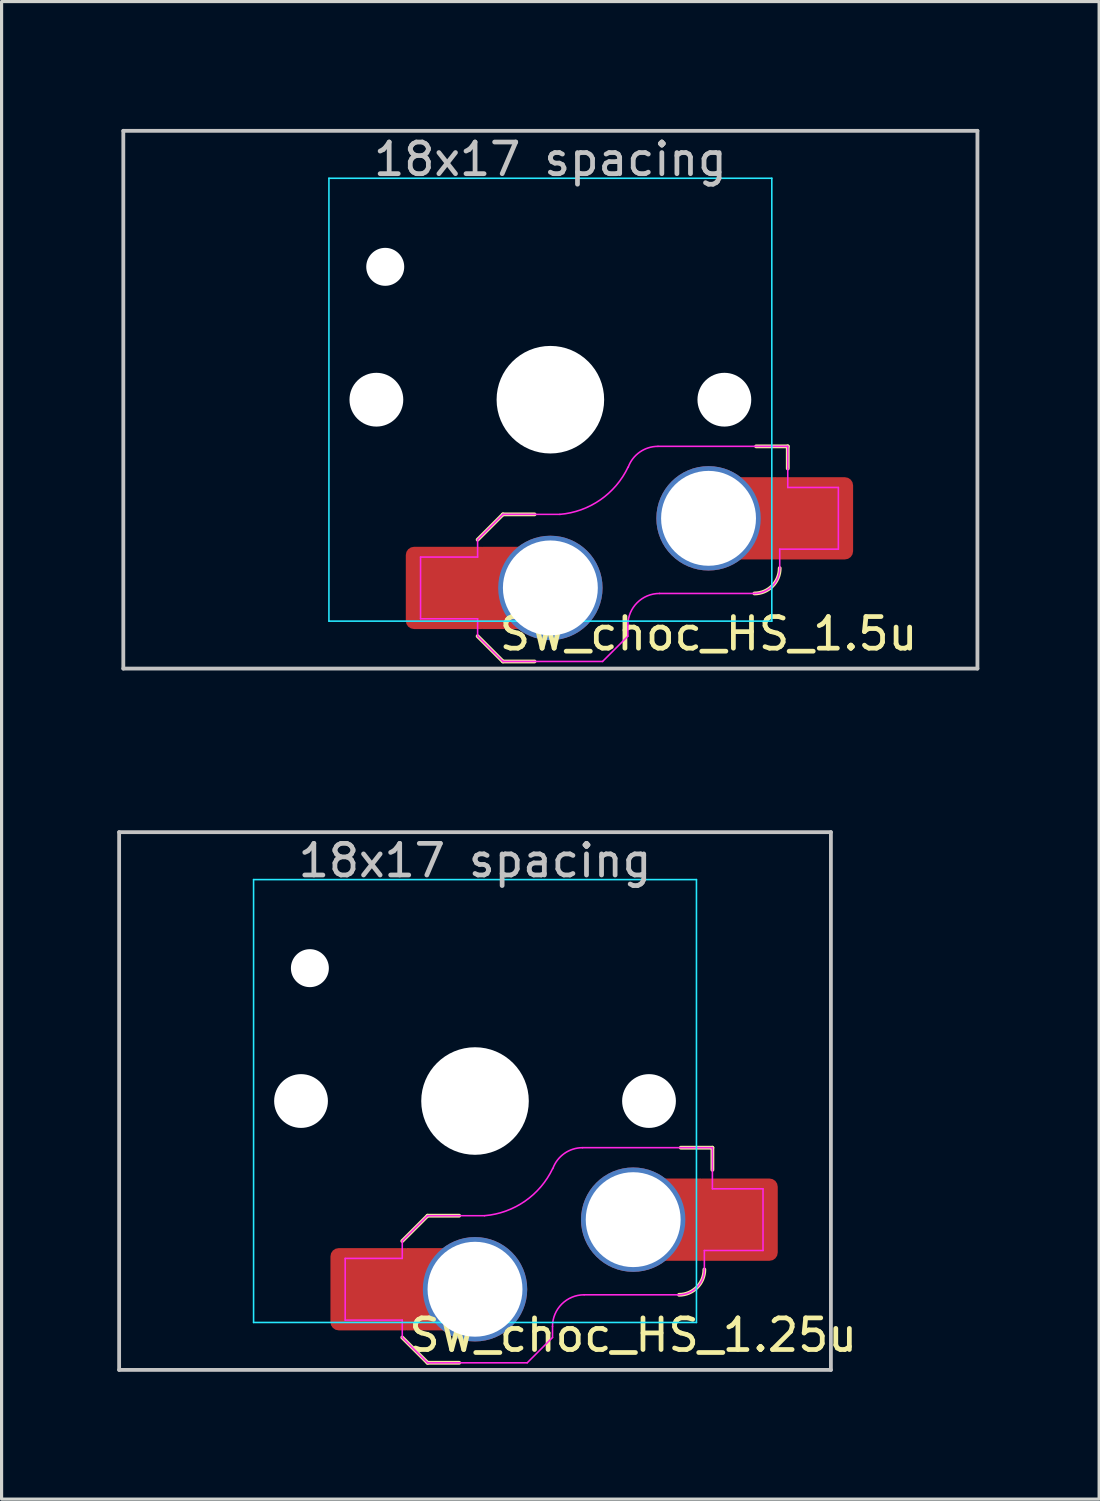
<source format=kicad_pcb>
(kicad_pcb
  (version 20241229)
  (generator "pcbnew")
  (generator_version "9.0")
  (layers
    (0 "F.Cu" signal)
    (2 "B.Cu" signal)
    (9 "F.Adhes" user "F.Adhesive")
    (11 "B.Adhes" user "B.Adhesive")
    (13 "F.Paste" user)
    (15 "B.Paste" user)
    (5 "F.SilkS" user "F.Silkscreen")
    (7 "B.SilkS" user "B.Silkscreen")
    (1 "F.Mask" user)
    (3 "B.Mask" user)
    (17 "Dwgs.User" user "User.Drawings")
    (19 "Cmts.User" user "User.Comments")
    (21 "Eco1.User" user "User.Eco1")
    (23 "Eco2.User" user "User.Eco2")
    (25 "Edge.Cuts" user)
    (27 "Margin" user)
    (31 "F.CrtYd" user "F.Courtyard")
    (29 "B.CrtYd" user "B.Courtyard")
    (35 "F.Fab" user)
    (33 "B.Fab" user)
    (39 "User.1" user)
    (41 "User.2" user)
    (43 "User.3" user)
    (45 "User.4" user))
  (footprint "SW_choc_HS_1.25u"
    (layer "F.Cu")
    (at 11.966 31.755)
    (property "Reference" "SW_choc_HS_1.25u" (at 5 7.4 180) (layer "F.SilkS") (effects (font (size 1 1) (thickness 0.15))))
    (attr smd)
    (fp_line (start -2.3 7.475) (end -1.5 8.275) (stroke (width 0.12) (type solid)) (layer "F.SilkS"))
    (fp_line (start -1.5 3.625) (end -2.3 4.425) (stroke (width 0.12) (type solid)) (layer "F.SilkS"))
    (fp_line (start -1.5 3.625) (end -0.5 3.625) (stroke (width 0.12) (type solid)) (layer "F.SilkS"))
    (fp_line (start -1.5 8.275) (end -0.5 8.275) (stroke (width 0.12) (type solid)) (layer "F.SilkS"))
    (fp_line (start 7.504 1.475) (end 6.504 1.475) (stroke (width 0.12) (type solid)) (layer "F.SilkS"))
    (fp_line (start 7.504 1.475) (end 7.504 2.175) (stroke (width 0.12) (type solid)) (layer "F.SilkS"))
    (fp_arc (start 7.25 5.325) (mid 7.015685 5.890685) (end 6.45 6.125) (stroke (width 0.12) (type solid)) (layer "F.SilkS"))
    (fp_line (start -11.25 -8.5) (end -11.25 8.5) (stroke (width 0.12) (type solid)) (layer "Dwgs.User"))
    (fp_line (start -11.25 8.5) (end 11.25 8.5) (stroke (width 0.12) (type solid)) (layer "Dwgs.User"))
    (fp_line (start 11.25 -8.5) (end -11.25 -8.5) (stroke (width 0.12) (type solid)) (layer "Dwgs.User"))
    (fp_line (start 11.25 8.5) (end 11.25 -8.5) (stroke (width 0.12) (type solid)) (layer "Dwgs.User"))
    (fp_line (start -11.906 -9.525) (end 11.906 -9.525) (stroke (width 0.12) (type solid)) (layer "Eco1.User"))
    (fp_line (start -11.906 9.525) (end -11.906 -9.525) (stroke (width 0.12) (type solid)) (layer "Eco1.User"))
    (fp_line (start 11.906 -9.525) (end 11.906 9.525) (stroke (width 0.12) (type solid)) (layer "Eco1.User"))
    (fp_line (start 11.906 9.525) (end -11.906 9.525) (stroke (width 0.12) (type solid)) (layer "Eco1.User"))
    (fp_line (start -6.95 -6.45) (end -6.95 6.45) (stroke (width 0.05) (type solid)) (layer "Eco2.User"))
    (fp_line (start -6.45 6.95) (end 6.45 6.95) (stroke (width 0.05) (type solid)) (layer "Eco2.User"))
    (fp_line (start 6.45 -6.95) (end -6.45 -6.95) (stroke (width 0.05) (type solid)) (layer "Eco2.User"))
    (fp_line (start 6.95 6.45) (end 6.95 -6.45) (stroke (width 0.05) (type solid)) (layer "Eco2.User"))
    (fp_arc (start -6.95 -6.45) (mid -6.803553 -6.803553) (end -6.45 -6.95) (stroke (width 0.05) (type solid)) (layer "Eco2.User"))
    (fp_arc (start -6.45 6.95) (mid -6.803553 6.803553) (end -6.95 6.45) (stroke (width 0.05) (type solid)) (layer "Eco2.User"))
    (fp_arc (start 6.45 -6.95) (mid 6.803553 -6.803553) (end 6.95 -6.45) (stroke (width 0.05) (type solid)) (layer "Eco2.User"))
    (fp_arc (start 6.95 6.45) (mid 6.803553 6.803553) (end 6.45 6.95) (stroke (width 0.05) (type solid)) (layer "Eco2.User"))
    (fp_line (start -7 -7) (end -7 7) (stroke (width 0.05) (type solid)) (layer "B.CrtYd"))
    (fp_line (start -7 7) (end 7 7) (stroke (width 0.05) (type solid)) (layer "B.CrtYd"))
    (fp_line (start 7 -7) (end -7 -7) (stroke (width 0.05) (type solid)) (layer "B.CrtYd"))
    (fp_line (start 7 7) (end 7 -7) (stroke (width 0.05) (type solid)) (layer "B.CrtYd"))
    (fp_line (start -4.104 4.975) (end -4.104 6.925) (stroke (width 0.05) (type solid)) (layer "F.CrtYd"))
    (fp_line (start -4.104 4.975) (end -2.3 4.975) (stroke (width 0.05) (type solid)) (layer "F.CrtYd"))
    (fp_line (start -4.104 6.925) (end -2.3 6.925) (stroke (width 0.05) (type solid)) (layer "F.CrtYd"))
    (fp_line (start -2.3 4.975) (end -2.3 4.425) (stroke (width 0.05) (type solid)) (layer "F.CrtYd"))
    (fp_line (start -2.3 7.475) (end -2.3 6.925) (stroke (width 0.05) (type solid)) (layer "F.CrtYd"))
    (fp_line (start -2.3 7.475) (end -1.5 8.275) (stroke (width 0.05) (type solid)) (layer "F.CrtYd"))
    (fp_line (start -1.5 3.625) (end -2.3 4.425) (stroke (width 0.05) (type solid)) (layer "F.CrtYd"))
    (fp_line (start -1.5 3.625) (end 0.3 3.625) (stroke (width 0.05) (type solid)) (layer "F.CrtYd"))
    (fp_line (start -1.5 8.275) (end 1.65 8.275) (stroke (width 0.05) (type solid)) (layer "F.CrtYd"))
    (fp_line (start 2.45 7.475) (end 1.65 8.275) (stroke (width 0.05) (type solid)) (layer "F.CrtYd"))
    (fp_line (start 2.45 7.475) (end 2.45 7.125) (stroke (width 0.05) (type solid)) (layer "F.CrtYd"))
    (fp_line (start 3.45 6.125) (end 6.45 6.125) (stroke (width 0.05) (type solid)) (layer "F.CrtYd"))
    (fp_line (start 7.25 4.725) (end 9.104 4.725) (stroke (width 0.05) (type solid)) (layer "F.CrtYd"))
    (fp_line (start 7.25 5.325) (end 7.25 4.725) (stroke (width 0.05) (type solid)) (layer "F.CrtYd"))
    (fp_line (start 7.504 1.475) (end 3.4 1.475) (stroke (width 0.05) (type solid)) (layer "F.CrtYd"))
    (fp_line (start 7.504 1.475) (end 7.504 2.175) (stroke (width 0.05) (type solid)) (layer "F.CrtYd"))
    (fp_line (start 7.504 2.175) (end 7.504 2.775) (stroke (width 0.05) (type solid)) (layer "F.CrtYd"))
    (fp_line (start 9.104 2.775) (end 7.504 2.775) (stroke (width 0.05) (type solid)) (layer "F.CrtYd"))
    (fp_line (start 9.104 4.725) (end 9.104 2.775) (stroke (width 0.05) (type solid)) (layer "F.CrtYd"))
    (fp_arc (start 2.45 7.125) (mid 2.742893 6.417893) (end 3.45 6.125) (stroke (width 0.05) (type solid)) (layer "F.CrtYd"))
    (fp_arc (start 2.455444 2.13293) (mid 1.577272 3.167235) (end 0.299999 3.624999) (stroke (width 0.05) (type solid)) (layer "F.CrtYd"))
    (fp_arc (start 2.460307 2.13298) (mid 2.826423 1.655848) (end 3.4 1.475) (stroke (width 0.05) (type solid)) (layer "F.CrtYd"))
    (fp_arc (start 7.25 5.325) (mid 7.015685 5.890685) (end 6.45 6.125) (stroke (width 0.05) (type solid)) (layer "F.CrtYd"))
    (fp_text user "18x17 spacing" (at 0 -7.6 180) (layer "Dwgs.User") (effects (font (size 1 1) (thickness 0.15))))
    (fp_text user "19.05 spacing" (at 0 -8.7 180) (layer "Eco1.User") (effects (font (size 1 1) (thickness 0.15))))
    (pad "" np_thru_hole circle (at -5.5 0 180) (size 1.7 1.7) (drill 1.7) (layers "*.Cu" "*.Mask"))
    (pad "" np_thru_hole circle (at -5.22 -4.2 180) (size 1.2 1.2) (drill 1.2) (layers "*.Cu" "*.Mask"))
    (pad "" np_thru_hole circle (at 0 0 180) (size 3.4 3.4) (drill 3.4) (layers "*.Cu" "*.Mask"))
    (pad "" np_thru_hole circle (at 5.5 0 180) (size 1.7 1.7) (drill 1.7) (layers "*.Cu" "*.Mask"))
    (pad "1" thru_hole circle (at 5 3.75) (size 3.3 3.3) (drill 3) (layers "*.Cu"))
    (pad "1" smd rect (at 6.55 3.75) (size 1.2 2.6) (layers "F.Cu"))
    (pad "1" smd roundrect (at 8.245 3.75) (size 2.65 2.6) (layers "F.Cu" "F.Mask" "F.Paste") (roundrect_rratio 0.1))
    (pad "2" smd roundrect (at -3.245 5.95) (size 2.65 2.6) (layers "F.Cu" "F.Mask" "F.Paste") (roundrect_rratio 0.1))
    (pad "2" smd rect (at -1.55 5.95 180) (size 1.2 2.6) (layers "F.Cu"))
    (pad "2" thru_hole circle (at 0 5.95) (size 3.3 3.3) (drill 3) (layers "*.Cu")))
  (footprint "SW_choc_HS_1.5u"
    (layer "F.Cu")
    (at 14.348 9.585)
    (property "Reference" "SW_choc_HS_1.5u" (at 5 7.4 180) (layer "F.SilkS") (effects (font (size 1 1) (thickness 0.15))))
    (attr smd)
    (fp_line (start -2.3 7.475) (end -1.5 8.275) (stroke (width 0.12) (type solid)) (layer "F.SilkS"))
    (fp_line (start -1.5 3.625) (end -2.3 4.425) (stroke (width 0.12) (type solid)) (layer "F.SilkS"))
    (fp_line (start -1.5 3.625) (end -0.5 3.625) (stroke (width 0.12) (type solid)) (layer "F.SilkS"))
    (fp_line (start -1.5 8.275) (end -0.5 8.275) (stroke (width 0.12) (type solid)) (layer "F.SilkS"))
    (fp_line (start 7.504 1.475) (end 6.504 1.475) (stroke (width 0.12) (type solid)) (layer "F.SilkS"))
    (fp_line (start 7.504 1.475) (end 7.504 2.175) (stroke (width 0.12) (type solid)) (layer "F.SilkS"))
    (fp_arc (start 7.25 5.325) (mid 7.015685 5.890685) (end 6.45 6.125) (stroke (width 0.12) (type solid)) (layer "F.SilkS"))
    (fp_line (start -13.5 -8.5) (end -13.5 8.5) (stroke (width 0.12) (type solid)) (layer "Dwgs.User"))
    (fp_line (start -13.5 8.5) (end 13.5 8.5) (stroke (width 0.12) (type solid)) (layer "Dwgs.User"))
    (fp_line (start 13.5 -8.5) (end -13.5 -8.5) (stroke (width 0.12) (type solid)) (layer "Dwgs.User"))
    (fp_line (start 13.5 8.5) (end 13.5 -8.5) (stroke (width 0.12) (type solid)) (layer "Dwgs.User"))
    (fp_line (start -14.287 -9.525) (end 14.287 -9.525) (stroke (width 0.12) (type solid)) (layer "Eco1.User"))
    (fp_line (start -14.287 9.525) (end -14.287 -9.525) (stroke (width 0.12) (type solid)) (layer "Eco1.User"))
    (fp_line (start 14.287 -9.525) (end 14.287 9.525) (stroke (width 0.12) (type solid)) (layer "Eco1.User"))
    (fp_line (start 14.287 9.525) (end -14.287 9.525) (stroke (width 0.12) (type solid)) (layer "Eco1.User"))
    (fp_line (start -6.95 -6.45) (end -6.95 6.45) (stroke (width 0.05) (type solid)) (layer "Eco2.User"))
    (fp_line (start -6.45 6.95) (end 6.45 6.95) (stroke (width 0.05) (type solid)) (layer "Eco2.User"))
    (fp_line (start 6.45 -6.95) (end -6.45 -6.95) (stroke (width 0.05) (type solid)) (layer "Eco2.User"))
    (fp_line (start 6.95 6.45) (end 6.95 -6.45) (stroke (width 0.05) (type solid)) (layer "Eco2.User"))
    (fp_arc (start -6.95 -6.45) (mid -6.803553 -6.803553) (end -6.45 -6.95) (stroke (width 0.05) (type solid)) (layer "Eco2.User"))
    (fp_arc (start -6.45 6.95) (mid -6.803553 6.803553) (end -6.95 6.45) (stroke (width 0.05) (type solid)) (layer "Eco2.User"))
    (fp_arc (start 6.45 -6.95) (mid 6.803553 -6.803553) (end 6.95 -6.45) (stroke (width 0.05) (type solid)) (layer "Eco2.User"))
    (fp_arc (start 6.95 6.45) (mid 6.803553 6.803553) (end 6.45 6.95) (stroke (width 0.05) (type solid)) (layer "Eco2.User"))
    (fp_line (start -7 -7) (end -7 7) (stroke (width 0.05) (type solid)) (layer "B.CrtYd"))
    (fp_line (start -7 7) (end 7 7) (stroke (width 0.05) (type solid)) (layer "B.CrtYd"))
    (fp_line (start 7 -7) (end -7 -7) (stroke (width 0.05) (type solid)) (layer "B.CrtYd"))
    (fp_line (start 7 7) (end 7 -7) (stroke (width 0.05) (type solid)) (layer "B.CrtYd"))
    (fp_line (start -4.104 4.975) (end -4.104 6.925) (stroke (width 0.05) (type solid)) (layer "F.CrtYd"))
    (fp_line (start -4.104 4.975) (end -2.3 4.975) (stroke (width 0.05) (type solid)) (layer "F.CrtYd"))
    (fp_line (start -4.104 6.925) (end -2.3 6.925) (stroke (width 0.05) (type solid)) (layer "F.CrtYd"))
    (fp_line (start -2.3 4.975) (end -2.3 4.425) (stroke (width 0.05) (type solid)) (layer "F.CrtYd"))
    (fp_line (start -2.3 7.475) (end -2.3 6.925) (stroke (width 0.05) (type solid)) (layer "F.CrtYd"))
    (fp_line (start -2.3 7.475) (end -1.5 8.275) (stroke (width 0.05) (type solid)) (layer "F.CrtYd"))
    (fp_line (start -1.5 3.625) (end -2.3 4.425) (stroke (width 0.05) (type solid)) (layer "F.CrtYd"))
    (fp_line (start -1.5 3.625) (end 0.3 3.625) (stroke (width 0.05) (type solid)) (layer "F.CrtYd"))
    (fp_line (start -1.5 8.275) (end 1.65 8.275) (stroke (width 0.05) (type solid)) (layer "F.CrtYd"))
    (fp_line (start 2.45 7.475) (end 1.65 8.275) (stroke (width 0.05) (type solid)) (layer "F.CrtYd"))
    (fp_line (start 2.45 7.475) (end 2.45 7.125) (stroke (width 0.05) (type solid)) (layer "F.CrtYd"))
    (fp_line (start 3.45 6.125) (end 6.45 6.125) (stroke (width 0.05) (type solid)) (layer "F.CrtYd"))
    (fp_line (start 7.25 4.725) (end 9.104 4.725) (stroke (width 0.05) (type solid)) (layer "F.CrtYd"))
    (fp_line (start 7.25 5.325) (end 7.25 4.725) (stroke (width 0.05) (type solid)) (layer "F.CrtYd"))
    (fp_line (start 7.504 1.475) (end 3.4 1.475) (stroke (width 0.05) (type solid)) (layer "F.CrtYd"))
    (fp_line (start 7.504 1.475) (end 7.504 2.175) (stroke (width 0.05) (type solid)) (layer "F.CrtYd"))
    (fp_line (start 7.504 2.175) (end 7.504 2.775) (stroke (width 0.05) (type solid)) (layer "F.CrtYd"))
    (fp_line (start 9.104 2.775) (end 7.504 2.775) (stroke (width 0.05) (type solid)) (layer "F.CrtYd"))
    (fp_line (start 9.104 4.725) (end 9.104 2.775) (stroke (width 0.05) (type solid)) (layer "F.CrtYd"))
    (fp_arc (start 2.45 7.125) (mid 2.742893 6.417893) (end 3.45 6.125) (stroke (width 0.05) (type solid)) (layer "F.CrtYd"))
    (fp_arc (start 2.455444 2.13293) (mid 1.577272 3.167235) (end 0.299999 3.624999) (stroke (width 0.05) (type solid)) (layer "F.CrtYd"))
    (fp_arc (start 2.460307 2.13298) (mid 2.826423 1.655848) (end 3.4 1.475) (stroke (width 0.05) (type solid)) (layer "F.CrtYd"))
    (fp_arc (start 7.25 5.325) (mid 7.015685 5.890685) (end 6.45 6.125) (stroke (width 0.05) (type solid)) (layer "F.CrtYd"))
    (fp_text user "18x17 spacing" (at 0 -7.6 180) (layer "Dwgs.User") (effects (font (size 1 1) (thickness 0.15))))
    (fp_text user "19.05 spacing" (at 0 -8.7 180) (layer "Eco1.User") (effects (font (size 1 1) (thickness 0.15))))
    (pad "" np_thru_hole circle (at -5.5 0 180) (size 1.7 1.7) (drill 1.7) (layers "*.Cu" "*.Mask"))
    (pad "" np_thru_hole circle (at -5.22 -4.2 180) (size 1.2 1.2) (drill 1.2) (layers "*.Cu" "*.Mask"))
    (pad "" np_thru_hole circle (at 0 0 180) (size 3.4 3.4) (drill 3.4) (layers "*.Cu" "*.Mask"))
    (pad "" np_thru_hole circle (at 5.5 0 180) (size 1.7 1.7) (drill 1.7) (layers "*.Cu" "*.Mask"))
    (pad "1" thru_hole circle (at 5 3.75) (size 3.3 3.3) (drill 3) (layers "*.Cu"))
    (pad "1" smd rect (at 6.55 3.75) (size 1.2 2.6) (layers "F.Cu"))
    (pad "1" smd roundrect (at 8.245 3.75) (size 2.65 2.6) (layers "F.Cu" "F.Mask" "F.Paste") (roundrect_rratio 0.1))
    (pad "2" smd roundrect (at -3.245 5.95) (size 2.65 2.6) (layers "F.Cu" "F.Mask" "F.Paste") (roundrect_rratio 0.1))
    (pad "2" smd rect (at -1.55 5.95 180) (size 1.2 2.6) (layers "F.Cu"))
    (pad "2" thru_hole circle (at 0 5.95) (size 3.3 3.3) (drill 3) (layers "*.Cu")))
  (gr_rect
    (start -3 -3)
    (end 31.695 44.34)
    (stroke (width 0.1) (type default))
    (fill no)
    (layer "Edge.Cuts")))
</source>
